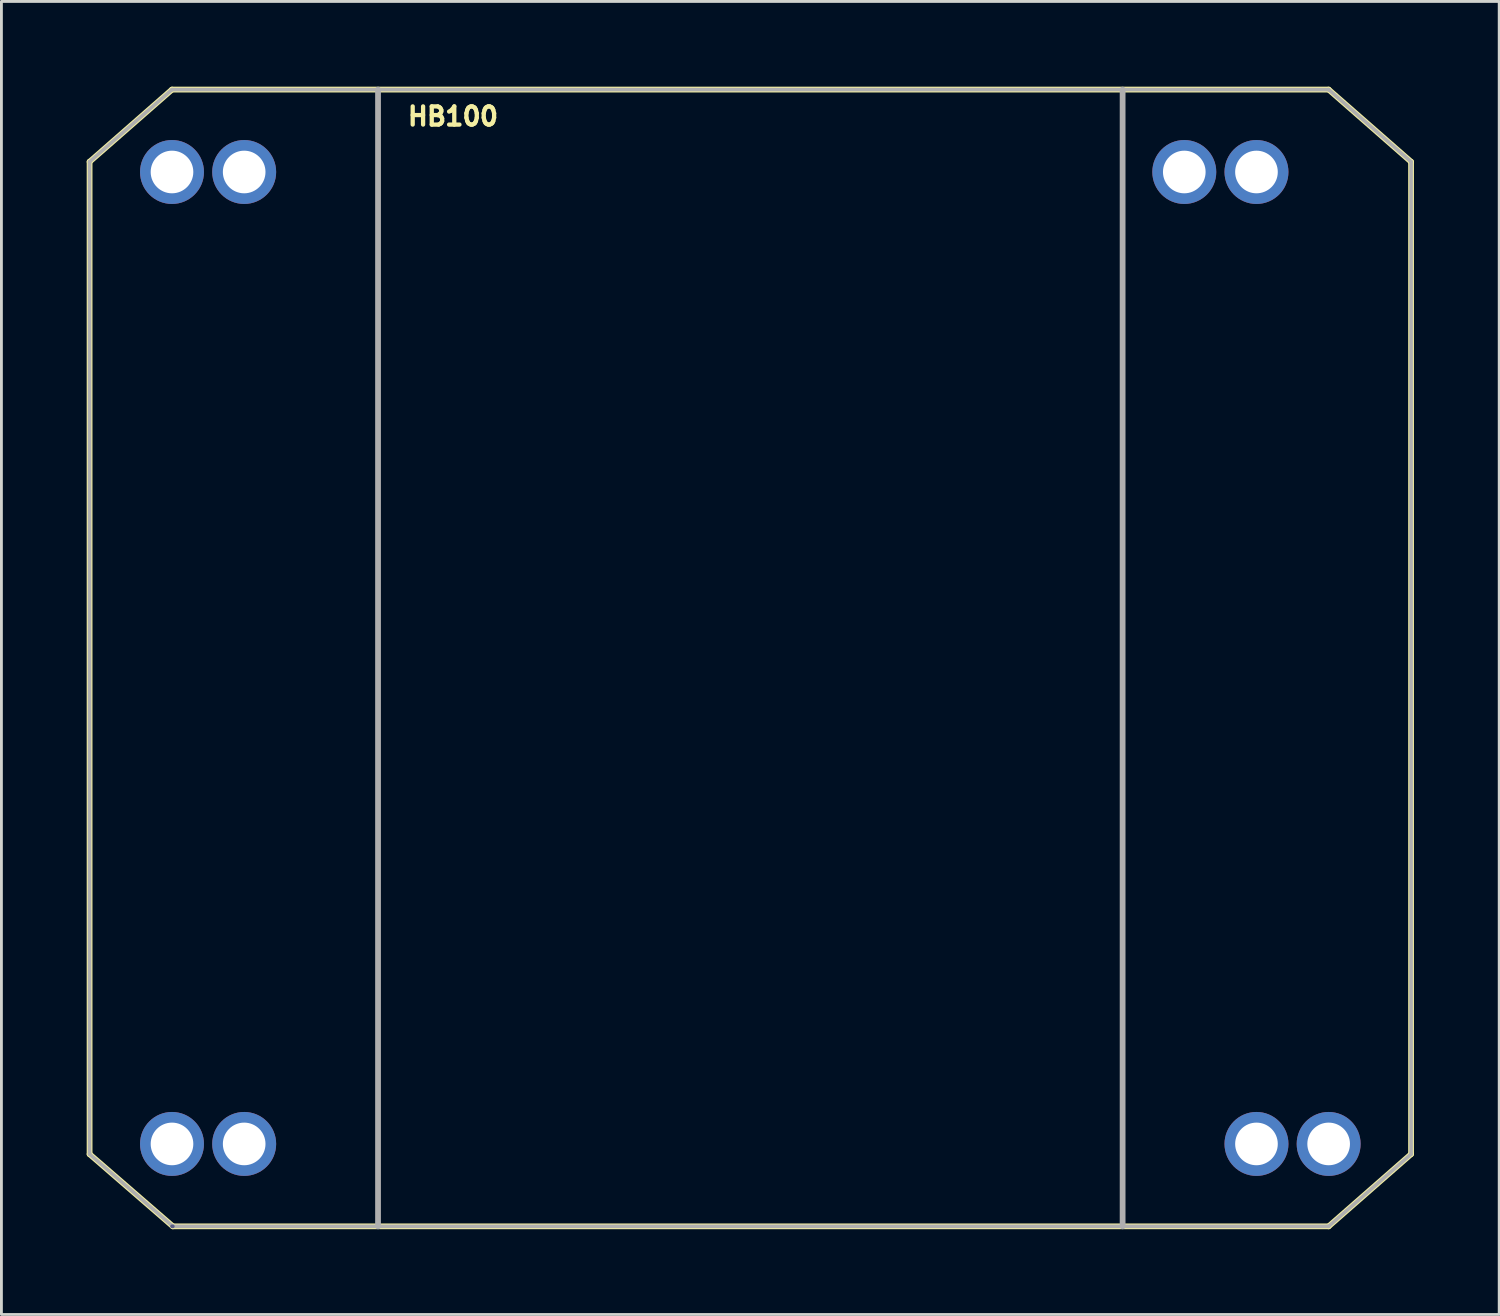
<source format=kicad_pcb>
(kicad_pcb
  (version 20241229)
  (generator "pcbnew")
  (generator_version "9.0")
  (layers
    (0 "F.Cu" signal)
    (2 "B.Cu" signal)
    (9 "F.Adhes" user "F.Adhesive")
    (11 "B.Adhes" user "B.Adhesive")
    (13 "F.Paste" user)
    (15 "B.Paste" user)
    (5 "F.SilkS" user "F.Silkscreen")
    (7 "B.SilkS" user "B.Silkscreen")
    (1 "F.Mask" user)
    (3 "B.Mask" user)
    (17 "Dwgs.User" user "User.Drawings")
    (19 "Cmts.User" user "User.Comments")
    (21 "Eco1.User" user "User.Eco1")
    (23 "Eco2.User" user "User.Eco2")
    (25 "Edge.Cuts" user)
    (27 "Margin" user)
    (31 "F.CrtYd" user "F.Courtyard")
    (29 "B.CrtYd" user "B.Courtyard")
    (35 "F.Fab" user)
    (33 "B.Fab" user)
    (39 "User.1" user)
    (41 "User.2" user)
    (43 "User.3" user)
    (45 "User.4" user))
  (footprint "HB100"
    (layer "F.Cu")
    (at 23.352 18.832)
    (property "Reference" "HB100" (at -10.463 -17.787 0) (layer "F.SilkS") (effects (font (size 0.64 0.64) (thickness 0.15))))
    (attr through_hole)
    (fp_line (start -23.25 -16.19) (end -23.25 18.73) (stroke (width 0.203) (type solid)) (layer "F.SilkS"))
    (fp_line (start -20.35 -18.73) (end -23.25 -16.19) (stroke (width 0.203) (type solid)) (layer "F.SilkS"))
    (fp_line (start -20.32 21.27) (end -23.25 18.73) (stroke (width 0.203) (type solid)) (layer "F.SilkS"))
    (fp_line (start 20.35 -18.73) (end -20.35 -18.73) (stroke (width 0.203) (type solid)) (layer "F.SilkS"))
    (fp_line (start 20.35 -18.73) (end 23.25 -16.19) (stroke (width 0.203) (type solid)) (layer "F.SilkS"))
    (fp_line (start 20.35 21.27) (end -20.32 21.27) (stroke (width 0.203) (type solid)) (layer "F.SilkS"))
    (fp_line (start 23.25 -16.19) (end 23.25 18.73) (stroke (width 0.203) (type solid)) (layer "F.SilkS"))
    (fp_line (start 23.25 18.73) (end 20.35 21.27) (stroke (width 0.203) (type solid)) (layer "F.SilkS"))
    (fp_line (start -20.32 21.27) (end -20.35 21.27) (stroke (width 0.127) (type solid)) (layer "B.Fab"))
    (fp_line (start -23.25 -16.19) (end -23.25 18.73) (stroke (width 0.127) (type solid)) (layer "F.Fab"))
    (fp_line (start -20.35 -18.73) (end -23.25 -16.19) (stroke (width 0.127) (type solid)) (layer "F.Fab"))
    (fp_line (start -20.32 21.27) (end -23.25 18.73) (stroke (width 0.127) (type solid)) (layer "F.Fab"))
    (fp_line (start -13.1 -18.73) (end -20.35 -18.73) (stroke (width 0.127) (type solid)) (layer "F.Fab"))
    (fp_line (start -13.1 -18.73) (end -13.1 21.27) (stroke (width 0.203) (type solid)) (layer "F.Fab"))
    (fp_line (start 13.1 -18.73) (end -13.1 -18.73) (stroke (width 0.127) (type solid)) (layer "F.Fab"))
    (fp_line (start 13.1 -18.73) (end 13.1 21.27) (stroke (width 0.203) (type solid)) (layer "F.Fab"))
    (fp_line (start 13.1 21.27) (end -20.32 21.27) (stroke (width 0.127) (type solid)) (layer "F.Fab"))
    (fp_line (start 20.35 -18.73) (end 13.1 -18.73) (stroke (width 0.127) (type solid)) (layer "F.Fab"))
    (fp_line (start 20.35 -18.73) (end 23.25 -16.19) (stroke (width 0.127) (type solid)) (layer "F.Fab"))
    (fp_line (start 20.35 21.27) (end 13.1 21.27) (stroke (width 0.127) (type solid)) (layer "F.Fab"))
    (fp_line (start 23.25 -16.19) (end 23.25 18.73) (stroke (width 0.127) (type solid)) (layer "F.Fab"))
    (fp_line (start 23.25 18.73) (end 20.35 21.27) (stroke (width 0.127) (type solid)) (layer "F.Fab"))
    (pad "5V" thru_hole circle (at -20.35 -15.83) (size 2.25 2.25) (drill 1.5) (layers "*.Cu" "*.Mask"))
    (pad "5V" thru_hole circle (at -17.81 -15.83) (size 2.25 2.25) (drill 1.5) (layers "*.Cu" "*.Mask"))
    (pad "GND" thru_hole circle (at 15.27 -15.83) (size 2.25 2.25) (drill 1.5) (layers "*.Cu" "*.Mask"))
    (pad "GND" thru_hole circle (at 17.81 -15.83) (size 2.25 2.25) (drill 1.5) (layers "*.Cu" "*.Mask"))
    (pad "GND" thru_hole circle (at 17.81 18.37) (size 2.25 2.25) (drill 1.5) (layers "*.Cu" "*.Mask"))
    (pad "GND" thru_hole circle (at 20.35 18.37) (size 2.25 2.25) (drill 1.5) (layers "*.Cu" "*.Mask"))
    (pad "IF" thru_hole circle (at -20.35 18.37) (size 2.25 2.25) (drill 1.5) (layers "*.Cu" "*.Mask"))
    (pad "IF" thru_hole circle (at -17.81 18.37) (size 2.25 2.25) (drill 1.5) (layers "*.Cu" "*.Mask")))
  (gr_rect
    (start -3 -3)
    (end 49.703 43.203)
    (stroke (width 0.1) (type default))
    (fill no)
    (layer "Edge.Cuts")))
</source>
